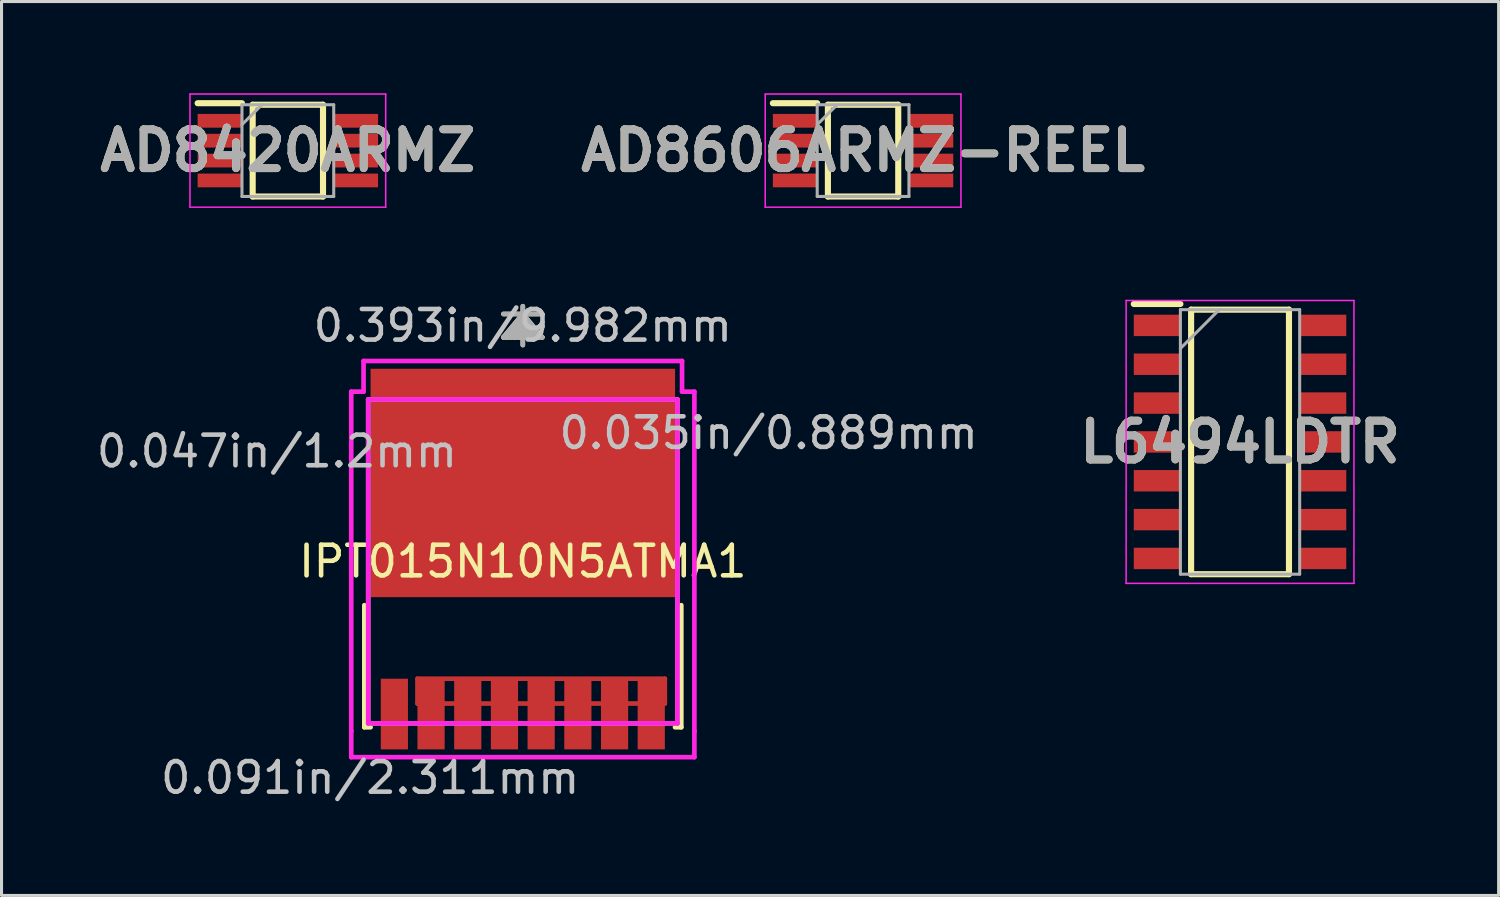
<source format=kicad_pcb>
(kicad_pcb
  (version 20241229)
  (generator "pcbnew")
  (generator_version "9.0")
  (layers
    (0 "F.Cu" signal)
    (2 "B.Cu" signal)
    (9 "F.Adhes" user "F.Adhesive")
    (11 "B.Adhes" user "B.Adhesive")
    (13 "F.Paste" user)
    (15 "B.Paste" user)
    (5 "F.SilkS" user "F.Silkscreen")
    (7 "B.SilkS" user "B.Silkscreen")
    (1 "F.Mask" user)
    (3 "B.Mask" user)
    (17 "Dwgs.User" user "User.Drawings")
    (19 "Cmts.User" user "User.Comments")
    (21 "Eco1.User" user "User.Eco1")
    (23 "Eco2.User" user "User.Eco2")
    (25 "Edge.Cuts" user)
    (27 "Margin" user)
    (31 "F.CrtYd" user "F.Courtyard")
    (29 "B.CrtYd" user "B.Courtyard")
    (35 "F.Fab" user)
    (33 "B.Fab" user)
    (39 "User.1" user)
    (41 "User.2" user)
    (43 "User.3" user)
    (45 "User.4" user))
  (footprint "AD8606ARMZ-REEL"
    (layer "F.Cu")
    (at 25.171 1.875)
    (property "Reference" "AD8606ARMZ-REEL" (at 0 0 0) (layer "F.SilkS") (effects (font (size 1.27 1.27) (thickness 0.254))))
    (attr smd)
    (fp_line (start -2.95 -1.55) (end -1.5 -1.55) (stroke (width 0.2) (type solid)) (layer "F.SilkS"))
    (fp_line (start -1.15 -1.5) (end 1.15 -1.5) (stroke (width 0.2) (type solid)) (layer "F.SilkS"))
    (fp_line (start -1.15 1.5) (end -1.15 -1.5) (stroke (width 0.2) (type solid)) (layer "F.SilkS"))
    (fp_line (start 1.15 -1.5) (end 1.15 1.5) (stroke (width 0.2) (type solid)) (layer "F.SilkS"))
    (fp_line (start 1.15 1.5) (end -1.15 1.5) (stroke (width 0.2) (type solid)) (layer "F.SilkS"))
    (fp_line (start -3.2 -1.85) (end 3.2 -1.85) (stroke (width 0.05) (type solid)) (layer "F.CrtYd"))
    (fp_line (start -3.2 1.85) (end -3.2 -1.85) (stroke (width 0.05) (type solid)) (layer "F.CrtYd"))
    (fp_line (start 3.2 -1.85) (end 3.2 1.85) (stroke (width 0.05) (type solid)) (layer "F.CrtYd"))
    (fp_line (start 3.2 1.85) (end -3.2 1.85) (stroke (width 0.05) (type solid)) (layer "F.CrtYd"))
    (fp_line (start -1.5 -1.5) (end 1.5 -1.5) (stroke (width 0.1) (type solid)) (layer "F.Fab"))
    (fp_line (start -1.5 -0.85) (end -0.85 -1.5) (stroke (width 0.1) (type solid)) (layer "F.Fab"))
    (fp_line (start -1.5 1.5) (end -1.5 -1.5) (stroke (width 0.1) (type solid)) (layer "F.Fab"))
    (fp_line (start 1.5 -1.5) (end 1.5 1.5) (stroke (width 0.1) (type solid)) (layer "F.Fab"))
    (fp_line (start 1.5 1.5) (end -1.5 1.5) (stroke (width 0.1) (type solid)) (layer "F.Fab"))
    (fp_text user "${REFERENCE}" (at 0 0 0) (layer "F.Fab") (effects (font (size 1.27 1.27) (thickness 0.254))))
    (pad "1" smd rect (at -2.225 -0.975 90) (size 0.45 1.45) (layers "F.Cu" "F.Mask" "F.Paste"))
    (pad "2" smd rect (at -2.225 -0.325 90) (size 0.45 1.45) (layers "F.Cu" "F.Mask" "F.Paste"))
    (pad "3" smd rect (at -2.225 0.325 90) (size 0.45 1.45) (layers "F.Cu" "F.Mask" "F.Paste"))
    (pad "4" smd rect (at -2.225 0.975 90) (size 0.45 1.45) (layers "F.Cu" "F.Mask" "F.Paste"))
    (pad "5" smd rect (at 2.225 0.975 90) (size 0.45 1.45) (layers "F.Cu" "F.Mask" "F.Paste"))
    (pad "6" smd rect (at 2.225 0.325 90) (size 0.45 1.45) (layers "F.Cu" "F.Mask" "F.Paste"))
    (pad "7" smd rect (at 2.225 -0.325 90) (size 0.45 1.45) (layers "F.Cu" "F.Mask" "F.Paste"))
    (pad "8" smd rect (at 2.225 -0.975 90) (size 0.45 1.45) (layers "F.Cu" "F.Mask" "F.Paste")))
  (footprint "AD8420ARMZ"
    (layer "F.Cu")
    (at 6.362 1.875)
    (property "Reference" "AD8420ARMZ" (at 0 0 0) (layer "F.SilkS") (effects (font (size 1.27 1.27) (thickness 0.254))))
    (attr smd)
    (fp_line (start -2.95 -1.55) (end -1.5 -1.55) (stroke (width 0.2) (type solid)) (layer "F.SilkS"))
    (fp_line (start -1.15 -1.5) (end 1.15 -1.5) (stroke (width 0.2) (type solid)) (layer "F.SilkS"))
    (fp_line (start -1.15 1.5) (end -1.15 -1.5) (stroke (width 0.2) (type solid)) (layer "F.SilkS"))
    (fp_line (start 1.15 -1.5) (end 1.15 1.5) (stroke (width 0.2) (type solid)) (layer "F.SilkS"))
    (fp_line (start 1.15 1.5) (end -1.15 1.5) (stroke (width 0.2) (type solid)) (layer "F.SilkS"))
    (fp_line (start -3.2 -1.85) (end 3.2 -1.85) (stroke (width 0.05) (type solid)) (layer "F.CrtYd"))
    (fp_line (start -3.2 1.85) (end -3.2 -1.85) (stroke (width 0.05) (type solid)) (layer "F.CrtYd"))
    (fp_line (start 3.2 -1.85) (end 3.2 1.85) (stroke (width 0.05) (type solid)) (layer "F.CrtYd"))
    (fp_line (start 3.2 1.85) (end -3.2 1.85) (stroke (width 0.05) (type solid)) (layer "F.CrtYd"))
    (fp_line (start -1.5 -1.5) (end 1.5 -1.5) (stroke (width 0.1) (type solid)) (layer "F.Fab"))
    (fp_line (start -1.5 -0.85) (end -0.85 -1.5) (stroke (width 0.1) (type solid)) (layer "F.Fab"))
    (fp_line (start -1.5 1.5) (end -1.5 -1.5) (stroke (width 0.1) (type solid)) (layer "F.Fab"))
    (fp_line (start 1.5 -1.5) (end 1.5 1.5) (stroke (width 0.1) (type solid)) (layer "F.Fab"))
    (fp_line (start 1.5 1.5) (end -1.5 1.5) (stroke (width 0.1) (type solid)) (layer "F.Fab"))
    (fp_text user "${REFERENCE}" (at 0 0 0) (layer "F.Fab") (effects (font (size 1.27 1.27) (thickness 0.254))))
    (pad "1" smd rect (at -2.225 -0.975 90) (size 0.45 1.45) (layers "F.Cu" "F.Mask" "F.Paste"))
    (pad "2" smd rect (at -2.225 -0.325 90) (size 0.45 1.45) (layers "F.Cu" "F.Mask" "F.Paste"))
    (pad "3" smd rect (at -2.225 0.325 90) (size 0.45 1.45) (layers "F.Cu" "F.Mask" "F.Paste"))
    (pad "4" smd rect (at -2.225 0.975 90) (size 0.45 1.45) (layers "F.Cu" "F.Mask" "F.Paste"))
    (pad "5" smd rect (at 2.225 0.975 90) (size 0.45 1.45) (layers "F.Cu" "F.Mask" "F.Paste"))
    (pad "6" smd rect (at 2.225 0.325 90) (size 0.45 1.45) (layers "F.Cu" "F.Mask" "F.Paste"))
    (pad "7" smd rect (at 2.225 -0.325 90) (size 0.45 1.45) (layers "F.Cu" "F.Mask" "F.Paste"))
    (pad "8" smd rect (at 2.225 -0.975 90) (size 0.45 1.45) (layers "F.Cu" "F.Mask" "F.Paste")))
  (footprint "IPT015N10N5ATMA1"
    (layer "F.Cu")
    (at 14.045 15.307)
    (property "Reference" "IPT015N10N5ATMA1" (at 0 0 0) (layer "F.SilkS") (effects (font (size 1 1) (thickness 0.15))))
    (attr through_hole)
    (fp_line (start -3.444 3.835) (end 4.644 3.835) (stroke (width 0.152) (type solid)) (layer "F.Cu"))
    (fp_line (start -3.444 4.648) (end -3.444 3.835) (stroke (width 0.152) (type solid)) (layer "F.Cu"))
    (fp_line (start 4.644 3.835) (end 4.644 4.648) (stroke (width 0.152) (type solid)) (layer "F.Cu"))
    (fp_line (start 4.644 4.648) (end -3.444 4.648) (stroke (width 0.152) (type solid)) (layer "F.Cu"))
    (fp_line (start -3.444 3.835) (end 4.644 3.835) (stroke (width 0.152) (type solid)) (layer "F.Mask"))
    (fp_line (start -3.444 4.648) (end -3.444 3.835) (stroke (width 0.152) (type solid)) (layer "F.Mask"))
    (fp_line (start 4.644 3.835) (end 4.644 4.648) (stroke (width 0.152) (type solid)) (layer "F.Mask"))
    (fp_line (start 4.644 4.648) (end -3.444 4.648) (stroke (width 0.152) (type solid)) (layer "F.Mask"))
    (fp_line (start -5.182 1.432) (end -5.182 5.423) (stroke (width 0.152) (type solid)) (layer "F.SilkS"))
    (fp_line (start -5.182 5.423) (end -4.977 5.423) (stroke (width 0.152) (type solid)) (layer "F.SilkS"))
    (fp_line (start 0 -8.09) (end -0.635 -7.328) (stroke (width 0.152) (type solid)) (layer "F.SilkS"))
    (fp_line (start 0 -8.09) (end -0.508 -7.328) (stroke (width 0.152) (type solid)) (layer "F.SilkS"))
    (fp_line (start 0 -8.09) (end -0.381 -7.328) (stroke (width 0.152) (type solid)) (layer "F.SilkS"))
    (fp_line (start 0 -8.09) (end -0.254 -7.328) (stroke (width 0.152) (type solid)) (layer "F.SilkS"))
    (fp_line (start 0 -8.09) (end -0.127 -7.328) (stroke (width 0.152) (type solid)) (layer "F.SilkS"))
    (fp_line (start 0 -8.09) (end 0.127 -7.328) (stroke (width 0.152) (type solid)) (layer "F.SilkS"))
    (fp_line (start 0 -8.09) (end 0.254 -7.328) (stroke (width 0.152) (type solid)) (layer "F.SilkS"))
    (fp_line (start 0 -8.09) (end 0.381 -7.328) (stroke (width 0.152) (type solid)) (layer "F.SilkS"))
    (fp_line (start 0 -8.09) (end 0.508 -7.328) (stroke (width 0.152) (type solid)) (layer "F.SilkS"))
    (fp_line (start 0 -8.09) (end 0.635 -7.328) (stroke (width 0.152) (type solid)) (layer "F.SilkS"))
    (fp_line (start 0 -7.074) (end 0 -8.344) (stroke (width 0.152) (type solid)) (layer "F.SilkS"))
    (fp_line (start 0.635 -8.09) (end -0.635 -8.09) (stroke (width 0.152) (type solid)) (layer "F.SilkS"))
    (fp_line (start 0.635 -7.328) (end -0.635 -7.328) (stroke (width 0.152) (type solid)) (layer "F.SilkS"))
    (fp_line (start 4.977 5.423) (end 5.182 5.423) (stroke (width 0.152) (type solid)) (layer "F.SilkS"))
    (fp_line (start 5.182 5.423) (end 5.182 1.432) (stroke (width 0.152) (type solid)) (layer "F.SilkS"))
    (fp_line (start -3.444 3.835) (end 4.644 3.835) (stroke (width 0.152) (type solid)) (layer "F.Paste"))
    (fp_line (start -3.444 4.648) (end -3.444 3.835) (stroke (width 0.152) (type solid)) (layer "F.Paste"))
    (fp_line (start 4.644 3.835) (end 4.644 4.648) (stroke (width 0.152) (type solid)) (layer "F.Paste"))
    (fp_line (start 4.644 4.648) (end -3.444 4.648) (stroke (width 0.152) (type solid)) (layer "F.Paste"))
    (fp_line (start -5.61 -5.55) (end -5.207 -5.55) (stroke (width 0.152) (type solid)) (layer "F.CrtYd"))
    (fp_line (start -5.61 5.55) (end -5.61 -5.55) (stroke (width 0.152) (type solid)) (layer "F.CrtYd"))
    (fp_line (start -5.61 5.55) (end -5.61 5.55) (stroke (width 0.152) (type solid)) (layer "F.CrtYd"))
    (fp_line (start -5.61 6.401) (end -5.61 5.55) (stroke (width 0.152) (type solid)) (layer "F.CrtYd"))
    (fp_line (start -5.207 -6.553) (end 5.207 -6.553) (stroke (width 0.152) (type solid)) (layer "F.CrtYd"))
    (fp_line (start -5.207 -5.55) (end -5.207 -6.553) (stroke (width 0.152) (type solid)) (layer "F.CrtYd"))
    (fp_line (start -5.055 -5.296) (end 5.055 -5.296) (stroke (width 0.152) (type solid)) (layer "F.CrtYd"))
    (fp_line (start -5.055 5.296) (end -5.055 -5.296) (stroke (width 0.152) (type solid)) (layer "F.CrtYd"))
    (fp_line (start 5.055 -5.296) (end 5.055 5.296) (stroke (width 0.152) (type solid)) (layer "F.CrtYd"))
    (fp_line (start 5.055 5.296) (end -5.055 5.296) (stroke (width 0.152) (type solid)) (layer "F.CrtYd"))
    (fp_line (start 5.207 -6.553) (end 5.207 -5.55) (stroke (width 0.152) (type solid)) (layer "F.CrtYd"))
    (fp_line (start 5.207 -5.55) (end 5.61 -5.55) (stroke (width 0.152) (type solid)) (layer "F.CrtYd"))
    (fp_line (start 5.61 -5.55) (end 5.61 5.55) (stroke (width 0.152) (type solid)) (layer "F.CrtYd"))
    (fp_line (start 5.61 5.55) (end 5.61 5.55) (stroke (width 0.152) (type solid)) (layer "F.CrtYd"))
    (fp_line (start 5.61 5.55) (end 5.61 6.401) (stroke (width 0.152) (type solid)) (layer "F.CrtYd"))
    (fp_line (start 5.61 6.401) (end -5.61 6.401) (stroke (width 0.152) (type solid)) (layer "F.CrtYd"))
    (fp_line (start -5.055 -5.296) (end -5.055 5.296) (stroke (width 0.152) (type solid)) (layer "F.Fab"))
    (fp_line (start -5.055 5.296) (end 5.055 5.296) (stroke (width 0.152) (type solid)) (layer "F.Fab"))
    (fp_line (start 0 -8.09) (end -0.635 -7.328) (stroke (width 0.152) (type solid)) (layer "F.Fab"))
    (fp_line (start 0 -8.09) (end -0.508 -7.328) (stroke (width 0.152) (type solid)) (layer "F.Fab"))
    (fp_line (start 0 -8.09) (end -0.381 -7.328) (stroke (width 0.152) (type solid)) (layer "F.Fab"))
    (fp_line (start 0 -8.09) (end -0.254 -7.328) (stroke (width 0.152) (type solid)) (layer "F.Fab"))
    (fp_line (start 0 -8.09) (end -0.127 -7.328) (stroke (width 0.152) (type solid)) (layer "F.Fab"))
    (fp_line (start 0 -8.09) (end 0.127 -7.328) (stroke (width 0.152) (type solid)) (layer "F.Fab"))
    (fp_line (start 0 -8.09) (end 0.254 -7.328) (stroke (width 0.152) (type solid)) (layer "F.Fab"))
    (fp_line (start 0 -8.09) (end 0.381 -7.328) (stroke (width 0.152) (type solid)) (layer "F.Fab"))
    (fp_line (start 0 -8.09) (end 0.508 -7.328) (stroke (width 0.152) (type solid)) (layer "F.Fab"))
    (fp_line (start 0 -8.09) (end 0.635 -7.328) (stroke (width 0.152) (type solid)) (layer "F.Fab"))
    (fp_line (start 0 -7.074) (end 0 -8.344) (stroke (width 0.152) (type solid)) (layer "F.Fab"))
    (fp_line (start 0.635 -8.09) (end -0.635 -8.09) (stroke (width 0.152) (type solid)) (layer "F.Fab"))
    (fp_line (start 0.635 -7.328) (end -0.635 -7.328) (stroke (width 0.152) (type solid)) (layer "F.Fab"))
    (fp_line (start 5.055 -5.296) (end -5.055 -5.296) (stroke (width 0.152) (type solid)) (layer "F.Fab"))
    (fp_line (start 5.055 5.296) (end 5.055 -5.296) (stroke (width 0.152) (type solid)) (layer "F.Fab"))
    (fp_text user "0.393in/9.982mm" (at 0 -7.709 0) (layer "Dwgs.User") (effects (font (size 1 1) (thickness 0.15))))
    (fp_text user "0.047in/1.2mm" (at -8.039 -3.6 0) (layer "Dwgs.User") (effects (font (size 1 1) (thickness 0.15))))
    (fp_text user "0.091in/2.311mm" (at -4.991 7.074 0) (layer "Dwgs.User") (effects (font (size 1 1) (thickness 0.15))))
    (fp_text user "0.035in/0.889mm" (at 8.039 -4.2 0) (layer "Dwgs.User") (effects (font (size 1 1) (thickness 0.15))))
    (pad "1" smd rect (at -4.2 4.991 90) (size 2.311 0.889) (layers "F.Cu" "F.Mask" "F.Paste"))
    (pad "2" smd rect (at -3 4.991 90) (size 2.311 0.889) (layers "F.Cu" "F.Mask" "F.Paste"))
    (pad "3" smd rect (at -1.8 4.991 90) (size 2.311 0.889) (layers "F.Cu" "F.Mask" "F.Paste"))
    (pad "4" smd rect (at -0.6 4.991 90) (size 2.311 0.889) (layers "F.Cu" "F.Mask" "F.Paste"))
    (pad "5" smd rect (at 0.6 4.991 90) (size 2.311 0.889) (layers "F.Cu" "F.Mask" "F.Paste"))
    (pad "6" smd rect (at 1.8 4.991 90) (size 2.311 0.889) (layers "F.Cu" "F.Mask" "F.Paste"))
    (pad "7" smd rect (at 3 4.991 90) (size 2.311 0.889) (layers "F.Cu" "F.Mask" "F.Paste"))
    (pad "8" smd rect (at 4.2 4.991 90) (size 2.311 0.889) (layers "F.Cu" "F.Mask" "F.Paste"))
    (pad "9" smd rect (at 0 -2.565 90) (size 7.468 9.957) (layers "F.Cu" "F.Mask" "F.Paste")))
  (footprint "L6494LDTR"
    (layer "F.Cu")
    (at 37.497 11.4)
    (property "Reference" "L6494LDTR" (at 0 0 0) (layer "F.SilkS") (effects (font (size 1.27 1.27) (thickness 0.254))))
    (attr smd)
    (fp_line (start -3.475 -4.51) (end -1.95 -4.51) (stroke (width 0.2) (type solid)) (layer "F.SilkS"))
    (fp_line (start -1.6 -4.325) (end 1.6 -4.325) (stroke (width 0.2) (type solid)) (layer "F.SilkS"))
    (fp_line (start -1.6 4.325) (end -1.6 -4.325) (stroke (width 0.2) (type solid)) (layer "F.SilkS"))
    (fp_line (start 1.6 -4.325) (end 1.6 4.325) (stroke (width 0.2) (type solid)) (layer "F.SilkS"))
    (fp_line (start 1.6 4.325) (end -1.6 4.325) (stroke (width 0.2) (type solid)) (layer "F.SilkS"))
    (fp_line (start -3.725 -4.625) (end 3.725 -4.625) (stroke (width 0.05) (type solid)) (layer "F.CrtYd"))
    (fp_line (start -3.725 4.625) (end -3.725 -4.625) (stroke (width 0.05) (type solid)) (layer "F.CrtYd"))
    (fp_line (start 3.725 -4.625) (end 3.725 4.625) (stroke (width 0.05) (type solid)) (layer "F.CrtYd"))
    (fp_line (start 3.725 4.625) (end -3.725 4.625) (stroke (width 0.05) (type solid)) (layer "F.CrtYd"))
    (fp_line (start -1.95 -4.325) (end 1.95 -4.325) (stroke (width 0.1) (type solid)) (layer "F.Fab"))
    (fp_line (start -1.95 -3.055) (end -0.68 -4.325) (stroke (width 0.1) (type solid)) (layer "F.Fab"))
    (fp_line (start -1.95 4.325) (end -1.95 -4.325) (stroke (width 0.1) (type solid)) (layer "F.Fab"))
    (fp_line (start 1.95 -4.325) (end 1.95 4.325) (stroke (width 0.1) (type solid)) (layer "F.Fab"))
    (fp_line (start 1.95 4.325) (end -1.95 4.325) (stroke (width 0.1) (type solid)) (layer "F.Fab"))
    (fp_text user "${REFERENCE}" (at 0 0 0) (layer "F.Fab") (effects (font (size 1.27 1.27) (thickness 0.254))))
    (pad "1" smd rect (at -2.712 -3.81 90) (size 0.7 1.525) (layers "F.Cu" "F.Mask" "F.Paste"))
    (pad "2" smd rect (at -2.712 -2.54 90) (size 0.7 1.525) (layers "F.Cu" "F.Mask" "F.Paste"))
    (pad "3" smd rect (at -2.712 -1.27 90) (size 0.7 1.525) (layers "F.Cu" "F.Mask" "F.Paste"))
    (pad "4" smd rect (at -2.712 0 90) (size 0.7 1.525) (layers "F.Cu" "F.Mask" "F.Paste"))
    (pad "5" smd rect (at -2.712 1.27 90) (size 0.7 1.525) (layers "F.Cu" "F.Mask" "F.Paste"))
    (pad "6" smd rect (at -2.712 2.54 90) (size 0.7 1.525) (layers "F.Cu" "F.Mask" "F.Paste"))
    (pad "7" smd rect (at -2.712 3.81 90) (size 0.7 1.525) (layers "F.Cu" "F.Mask" "F.Paste"))
    (pad "8" smd rect (at 2.712 3.81 90) (size 0.7 1.525) (layers "F.Cu" "F.Mask" "F.Paste"))
    (pad "9" smd rect (at 2.712 2.54 90) (size 0.7 1.525) (layers "F.Cu" "F.Mask" "F.Paste"))
    (pad "10" smd rect (at 2.712 1.27 90) (size 0.7 1.525) (layers "F.Cu" "F.Mask" "F.Paste"))
    (pad "11" smd rect (at 2.712 0 90) (size 0.7 1.525) (layers "F.Cu" "F.Mask" "F.Paste"))
    (pad "12" smd rect (at 2.712 -1.27 90) (size 0.7 1.525) (layers "F.Cu" "F.Mask" "F.Paste"))
    (pad "13" smd rect (at 2.712 -2.54 90) (size 0.7 1.525) (layers "F.Cu" "F.Mask" "F.Paste"))
    (pad "14" smd rect (at 2.712 -3.81 90) (size 0.7 1.525) (layers "F.Cu" "F.Mask" "F.Paste")))
  (gr_rect
    (start -3 -3)
    (end 45.952 26.229)
    (stroke (width 0.1) (type default))
    (fill no)
    (layer "Edge.Cuts")))
</source>
